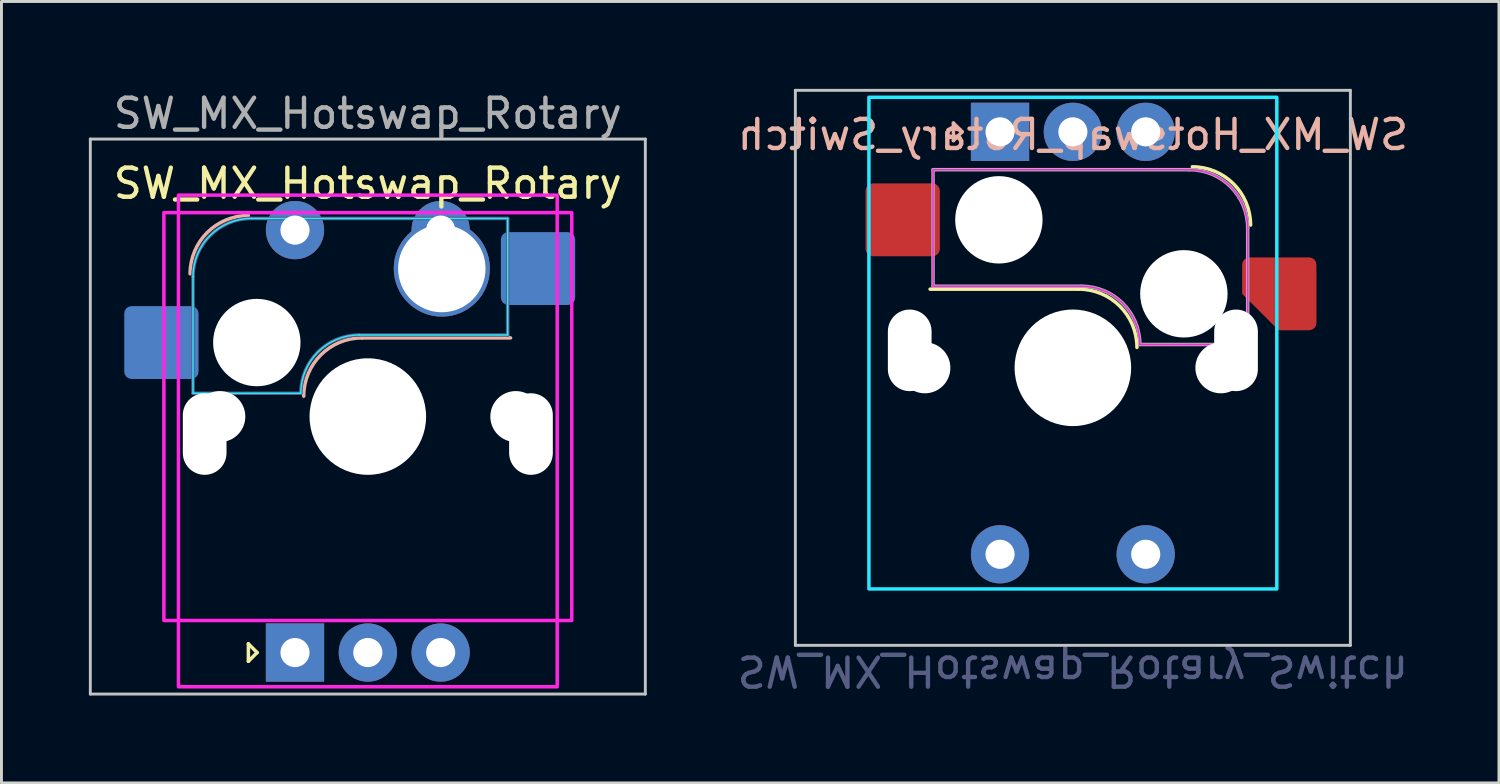
<source format=kicad_pcb>
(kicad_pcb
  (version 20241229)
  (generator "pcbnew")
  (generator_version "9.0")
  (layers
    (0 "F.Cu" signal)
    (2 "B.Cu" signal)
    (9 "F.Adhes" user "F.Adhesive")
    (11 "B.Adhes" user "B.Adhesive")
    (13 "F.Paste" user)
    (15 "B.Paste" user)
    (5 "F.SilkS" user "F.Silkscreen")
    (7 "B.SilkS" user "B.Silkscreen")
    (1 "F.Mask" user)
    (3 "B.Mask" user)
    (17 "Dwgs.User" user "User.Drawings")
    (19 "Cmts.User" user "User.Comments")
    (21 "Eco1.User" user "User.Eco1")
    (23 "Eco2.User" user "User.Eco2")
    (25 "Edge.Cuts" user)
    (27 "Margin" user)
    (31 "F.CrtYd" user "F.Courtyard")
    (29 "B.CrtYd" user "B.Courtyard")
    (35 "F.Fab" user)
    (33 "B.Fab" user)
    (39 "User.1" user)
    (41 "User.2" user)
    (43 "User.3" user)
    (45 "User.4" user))
  (footprint "SW_MX_Hotswap_Rotary"
    (layer "F.Cu")
    (at 9.575 11.248)
    (property "Reference" "SW_MX_Hotswap_Rotary" (at 0 -8 0) (layer "F.SilkS") (effects (font (size 1 1) (thickness 0.15))))
    (attr smd)
    (fp_line (start -4.1 7.8) (end -3.8 8.1) (stroke (width 0.12) (type solid)) (layer "F.SilkS"))
    (fp_line (start -4.1 8.4) (end -4.1 7.8) (stroke (width 0.12) (type solid)) (layer "F.SilkS"))
    (fp_line (start -3.8 8.1) (end -4.1 8.4) (stroke (width 0.12) (type solid)) (layer "F.SilkS"))
    (fp_line (start -0.2 -2.7) (end 4.9 -2.7) (stroke (width 0.12) (type solid)) (layer "B.SilkS"))
    (fp_arc (start -6.1 -4.9) (mid -5.514214 -6.314214) (end -4.1 -6.9) (stroke (width 0.12) (type solid)) (layer "B.SilkS"))
    (fp_arc (start -2.2 -0.7) (mid -1.614214 -2.114214) (end -0.2 -2.7) (stroke (width 0.12) (type solid)) (layer "B.SilkS"))
    (fp_line (start -9.525 -9.525) (end -9.525 9.525) (stroke (width 0.1) (type solid)) (layer "Dwgs.User"))
    (fp_line (start -9.525 9.525) (end 9.525 9.525) (stroke (width 0.1) (type solid)) (layer "Dwgs.User"))
    (fp_line (start 9.525 -9.525) (end -9.525 -9.525) (stroke (width 0.1) (type solid)) (layer "Dwgs.User"))
    (fp_line (start 9.525 9.525) (end 9.525 -9.525) (stroke (width 0.1) (type solid)) (layer "Dwgs.User"))
    (fp_line (start -6 -0.8) (end -6 -4.8) (stroke (width 0.05) (type solid)) (layer "B.CrtYd"))
    (fp_line (start -6 -0.8) (end -2.3 -0.8) (stroke (width 0.05) (type solid)) (layer "B.CrtYd"))
    (fp_line (start -4 -6.8) (end 4.8 -6.8) (stroke (width 0.05) (type solid)) (layer "B.CrtYd"))
    (fp_line (start -0.3 -2.8) (end 4.8 -2.8) (stroke (width 0.05) (type solid)) (layer "B.CrtYd"))
    (fp_line (start 4.8 -6.8) (end 4.8 -2.8) (stroke (width 0.05) (type solid)) (layer "B.CrtYd"))
    (fp_arc (start -6 -4.8) (mid -5.414214 -6.214214) (end -4 -6.8) (stroke (width 0.05) (type solid)) (layer "B.CrtYd"))
    (fp_arc (start -2.3 -0.8) (mid -1.714214 -2.214214) (end -0.3 -2.8) (stroke (width 0.05) (type solid)) (layer "B.CrtYd"))
    (fp_rect (start -7 -7) (end 7 7) (stroke (width 0.12) (type solid)) (fill no) (layer "F.CrtYd"))
    (fp_rect (start -6.5 9.275) (end 6.5 -7.6) (stroke (width 0.12) (type solid)) (fill no) (layer "F.CrtYd"))
    (fp_line (start -6 -0.8) (end -6 -4.8) (stroke (width 0.12) (type solid)) (layer "B.Fab"))
    (fp_line (start -6 -0.8) (end -2.3 -0.8) (stroke (width 0.12) (type solid)) (layer "B.Fab"))
    (fp_line (start -4 -6.8) (end 4.8 -6.8) (stroke (width 0.12) (type solid)) (layer "B.Fab"))
    (fp_line (start -0.3 -2.8) (end 4.8 -2.8) (stroke (width 0.12) (type solid)) (layer "B.Fab"))
    (fp_line (start 4.8 -6.8) (end 4.8 -2.8) (stroke (width 0.12) (type solid)) (layer "B.Fab"))
    (fp_arc (start -6 -4.8) (mid -5.414214 -6.214214) (end -4 -6.8) (stroke (width 0.12) (type solid)) (layer "B.Fab"))
    (fp_arc (start -2.3 -0.8) (mid -1.714214 -2.214214) (end -0.3 -2.8) (stroke (width 0.12) (type solid)) (layer "B.Fab"))
    (fp_text user "${REFERENCE}" (at 0 -10.4 0) (unlocked yes) (layer "F.Fab") (effects (font (size 1 1) (thickness 0.15))))
    (pad "" np_thru_hole oval (at -5.6 0.6 90) (size 2.8 1.5) (drill oval 2.8 1.5) (layers "*.Cu" "*.Mask"))
    (pad "" np_thru_hole circle (at -5.08 0) (size 1.75 1.75) (drill 1.75) (layers "*.Cu" "*.Mask"))
    (pad "" np_thru_hole circle (at -3.81 -2.54) (size 3 3) (drill 3) (layers "*.Cu" "*.Mask"))
    (pad "" np_thru_hole circle (at 0 0) (size 4 4) (drill 4) (layers "*.Cu" "*.Mask"))
    (pad "" np_thru_hole circle (at 5.08 0) (size 1.75 1.75) (drill 1.75) (layers "*.Cu" "*.Mask"))
    (pad "" np_thru_hole oval (at 5.6 0.6 90) (size 2.8 1.5) (drill oval 2.8 1.5) (layers "*.Cu" "*.Mask"))
    (pad "1" smd roundrect (at -7.085 -2.54) (size 2.55 2.5) (layers "B.Cu" "B.Mask" "B.Paste") (roundrect_rratio 0.1))
    (pad "2" smd roundrect (at 5.842 -5.08) (size 2.55 2.5) (layers "B.Cu" "B.Mask" "B.Paste") (roundrect_rratio 0.1))
    (pad "A" thru_hole rect (at -2.5 8.1 90) (size 2 2) (drill 1) (layers "*.Cu" "*.Mask"))
    (pad "B" thru_hole circle (at 2.5 8.1 90) (size 2 2) (drill 1) (layers "*.Cu" "*.Mask"))
    (pad "C" thru_hole circle (at 0 8.1 90) (size 2 2) (drill 1) (layers "*.Cu" "*.Mask"))
    (pad "D" thru_hole circle (at -2.5 -6.4 90) (size 2 2) (drill 1) (layers "*.Cu" "*.Mask"))
    (pad "E" thru_hole circle (at 2.5 -6.4 90) (size 2 2) (drill 1) (layers "*.Cu" "*.Mask"))
    (pad "E" thru_hole circle (at 2.54 -5.08) (size 3.3 3.3) (drill 3) (layers "*.Cu" "*.Mask")))
  (footprint "SW_MX_Hotswap_Rotary_Switch"
    (layer "F.Cu")
    (at 33.775 9.575)
    (property "Reference" "SW_MX_Hotswap_Rotary_Switch" (at 0 -8 0) (layer "B.SilkS") (effects (font (size 1 1) (thickness 0.15)) (justify mirror)))
    (attr smd)
    (fp_line (start 0.2 -2.7) (end -4.9 -2.7) (stroke (width 0.12) (type solid)) (layer "F.SilkS"))
    (fp_arc (start 0.2 -2.7) (mid 1.614214 -2.114214) (end 2.2 -0.7) (stroke (width 0.12) (type solid)) (layer "F.SilkS"))
    (fp_arc (start 4.1 -6.9) (mid 5.514214 -6.314214) (end 6.1 -4.9) (stroke (width 0.12) (type solid)) (layer "F.SilkS"))
    (fp_line (start -4.1 -8.4) (end -4.1 -7.8) (stroke (width 0.12) (type solid)) (layer "B.SilkS"))
    (fp_line (start -4.1 -7.8) (end -3.8 -8.1) (stroke (width 0.12) (type solid)) (layer "B.SilkS"))
    (fp_line (start -3.8 -8.1) (end -4.1 -8.4) (stroke (width 0.12) (type solid)) (layer "B.SilkS"))
    (fp_line (start -9.525 -9.525) (end 9.525 -9.525) (stroke (width 0.1) (type solid)) (layer "Dwgs.User"))
    (fp_line (start -9.525 9.525) (end -9.525 -9.525) (stroke (width 0.1) (type solid)) (layer "Dwgs.User"))
    (fp_line (start 9.525 -9.525) (end 9.525 9.525) (stroke (width 0.1) (type solid)) (layer "Dwgs.User"))
    (fp_line (start 9.525 9.525) (end -9.525 9.525) (stroke (width 0.1) (type solid)) (layer "Dwgs.User"))
    (fp_rect (start -7 -9.285) (end 7 7.59) (stroke (width 0.12) (type solid)) (fill no) (layer "B.CrtYd"))
    (fp_line (start -4.8 -6.8) (end -4.8 -2.8) (stroke (width 0.05) (type solid)) (layer "F.CrtYd"))
    (fp_line (start 0.3 -2.8) (end -4.8 -2.8) (stroke (width 0.05) (type solid)) (layer "F.CrtYd"))
    (fp_line (start 4 -6.8) (end -4.8 -6.8) (stroke (width 0.05) (type solid)) (layer "F.CrtYd"))
    (fp_line (start 6 -0.8) (end 2.3 -0.8) (stroke (width 0.05) (type solid)) (layer "F.CrtYd"))
    (fp_line (start 6 -0.8) (end 6 -4.8) (stroke (width 0.05) (type solid)) (layer "F.CrtYd"))
    (fp_arc (start 0.3 -2.8) (mid 1.714214 -2.214214) (end 2.3 -0.8) (stroke (width 0.05) (type solid)) (layer "F.CrtYd"))
    (fp_arc (start 4 -6.8) (mid 5.414214 -6.214214) (end 6 -4.8) (stroke (width 0.05) (type solid)) (layer "F.CrtYd"))
    (fp_line (start -4.8 -6.8) (end -4.8 -2.8) (stroke (width 0.12) (type solid)) (layer "F.Fab"))
    (fp_line (start 0.3 -2.8) (end -4.8 -2.8) (stroke (width 0.12) (type solid)) (layer "F.Fab"))
    (fp_line (start 4 -6.8) (end -4.8 -6.8) (stroke (width 0.12) (type solid)) (layer "F.Fab"))
    (fp_line (start 6 -0.8) (end 2.3 -0.8) (stroke (width 0.12) (type solid)) (layer "F.Fab"))
    (fp_line (start 6 -0.8) (end 6 -4.8) (stroke (width 0.12) (type solid)) (layer "F.Fab"))
    (fp_arc (start 0.3 -2.8) (mid 1.714214 -2.214214) (end 2.3 -0.8) (stroke (width 0.12) (type solid)) (layer "F.Fab"))
    (fp_arc (start 4 -6.8) (mid 5.414214 -6.214214) (end 6 -4.8) (stroke (width 0.12) (type solid)) (layer "F.Fab"))
    (fp_text user "${REFERENCE}" (at 0 10.4 180) (unlocked yes) (layer "B.Fab") (effects (font (size 1 1) (thickness 0.15)) (justify mirror)))
    (pad "" np_thru_hole oval (at -5.6 -0.6 90) (size 2.8 1.5) (drill oval 2.8 1.5) (layers "*.Cu" "*.Mask"))
    (pad "" np_thru_hole circle (at -5.08 0) (size 1.75 1.75) (drill 1.75) (layers "*.Cu" "*.Mask"))
    (pad "" np_thru_hole circle (at -2.54 -5.08) (size 3 3) (drill 3) (layers "*.Cu" "*.Mask"))
    (pad "" np_thru_hole circle (at 0 0) (size 4 4) (drill 4) (layers "*.Cu" "*.Mask"))
    (pad "" np_thru_hole circle (at 3.81 -2.54) (size 3 3) (drill 3) (layers "*.Cu" "*.Mask"))
    (pad "" np_thru_hole circle (at 5.08 0) (size 1.75 1.75) (drill 1.75) (layers "*.Cu" "*.Mask"))
    (pad "" np_thru_hole oval (at 5.6 -0.6 90) (size 2.8 1.5) (drill oval 2.8 1.5) (layers "*.Cu" "*.Mask"))
    (pad "1" smd roundrect (at 7.085 -2.54) (size 2.55 2.5) (layers "F.Cu" "F.Mask" "F.Paste") (roundrect_rratio 0.1) (chamfer_ratio 0.5) (chamfer bottom_left))
    (pad "2" smd roundrect (at -5.842 -5.08) (size 2.55 2.5) (layers "F.Cu" "F.Mask" "F.Paste") (roundrect_rratio 0.1))
    (pad "A" thru_hole rect (at -2.5 -8.1 90) (size 2 2) (drill 1) (layers "*.Cu" "*.Mask"))
    (pad "B" thru_hole circle (at 2.5 -8.1 90) (size 2 2) (drill 1) (layers "*.Cu" "*.Mask"))
    (pad "C" thru_hole circle (at 0 -8.1 90) (size 2 2) (drill 1) (layers "*.Cu" "*.Mask"))
    (pad "D" thru_hole circle (at -2.5 6.4 90) (size 2 2) (drill 1) (layers "*.Cu" "*.Mask"))
    (pad "E" thru_hole circle (at 2.5 6.4 90) (size 2 2) (drill 1) (layers "*.Cu" "*.Mask")))
  (gr_rect
    (start -3 -3)
    (end 48.4 23.823)
    (stroke (width 0.1) (type default))
    (fill no)
    (layer "Edge.Cuts")))
</source>
